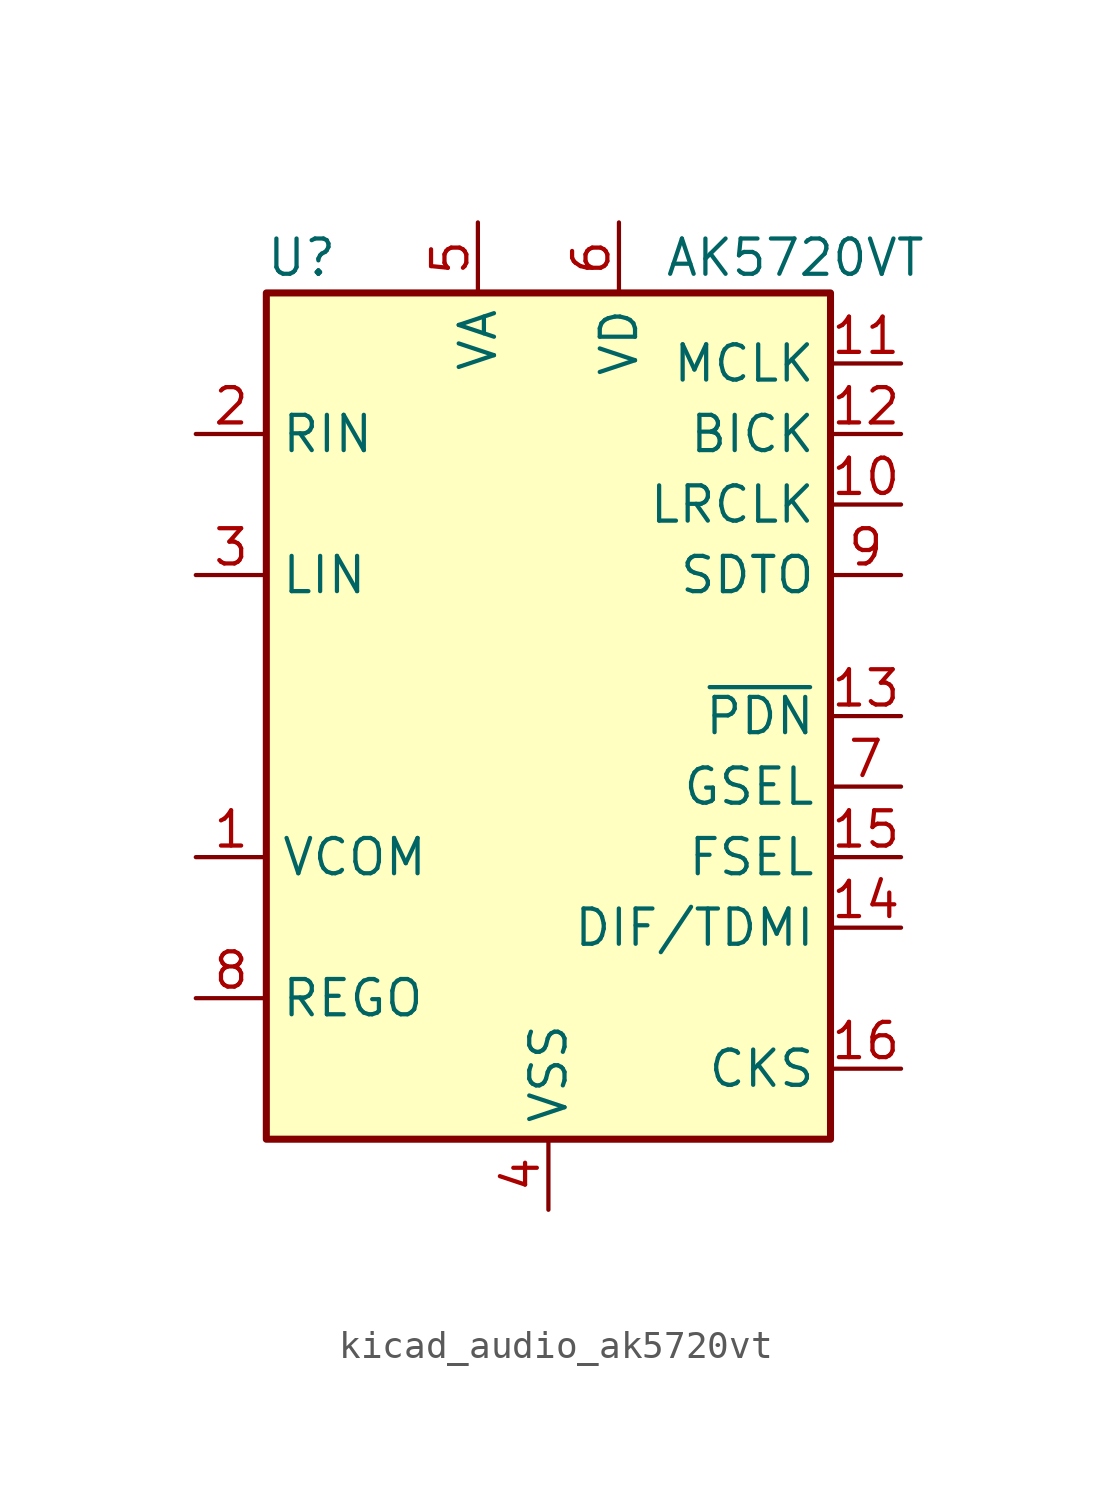
<source format=kicad_sym>
(kicad_symbol_lib
  (version 20220914)
  (generator kicad_symbol_editor)
  (symbol "kicad_audio_ak5720vt"
    (property "Reference" "U"
      (at -8.89 16.51 0)
      (effects (font (size 1.27 1.27))))
    (property "Value" "AK5720VT"
      (at 8.89 16.51 0)
      (effects (font (size 1.27 1.27))))
    (symbol "kicad_audio_ak5720vt_0_1"
      (rectangle (start -10.16 15.24) (end 10.16 -15.24) (stroke (width 0.254) (type default)) (fill (type background))))
    (symbol "kicad_audio_ak5720vt_1_1"
      (pin passive line (at -12.7 -5.08 0) (length 2.54) (name "VCOM" (effects (font (size 1.27 1.27)))) (number "1" (effects (font (size 1.27 1.27)))))
      (pin bidirectional line (at 12.7 7.62 180) (length 2.54) (name "LRCLK" (effects (font (size 1.27 1.27)))) (number "10" (effects (font (size 1.27 1.27)))))
      (pin input line (at 12.7 12.7 180) (length 2.54) (name "MCLK" (effects (font (size 1.27 1.27)))) (number "11" (effects (font (size 1.27 1.27)))))
      (pin bidirectional line (at 12.7 10.16 180) (length 2.54) (name "BICK" (effects (font (size 1.27 1.27)))) (number "12" (effects (font (size 1.27 1.27)))))
      (pin input line (at 12.7 0 180) (length 2.54) (name "~{PDN}" (effects (font (size 1.27 1.27)))) (number "13" (effects (font (size 1.27 1.27)))))
      (pin input line (at 12.7 -7.62 180) (length 2.54) (name "DIF/TDMI" (effects (font (size 1.27 1.27)))) (number "14" (effects (font (size 1.27 1.27)))))
      (pin input line (at 12.7 -5.08 180) (length 2.54) (name "FSEL" (effects (font (size 1.27 1.27)))) (number "15" (effects (font (size 1.27 1.27)))))
      (pin input line (at 12.7 -12.7 180) (length 2.54) (name "CKS" (effects (font (size 1.27 1.27)))) (number "16" (effects (font (size 1.27 1.27)))))
      (pin input line (at -12.7 10.16 0) (length 2.54) (name "RIN" (effects (font (size 1.27 1.27)))) (number "2" (effects (font (size 1.27 1.27)))))
      (pin input line (at -12.7 5.08 0) (length 2.54) (name "LIN" (effects (font (size 1.27 1.27)))) (number "3" (effects (font (size 1.27 1.27)))))
      (pin power_in line (at 0 -17.78 90) (length 2.54) (name "VSS" (effects (font (size 1.27 1.27)))) (number "4" (effects (font (size 1.27 1.27)))))
      (pin power_in line (at -2.54 17.78 270) (length 2.54) (name "VA" (effects (font (size 1.27 1.27)))) (number "5" (effects (font (size 1.27 1.27)))))
      (pin power_in line (at 2.54 17.78 270) (length 2.54) (name "VD" (effects (font (size 1.27 1.27)))) (number "6" (effects (font (size 1.27 1.27)))))
      (pin input line (at 12.7 -2.54 180) (length 2.54) (name "GSEL" (effects (font (size 1.27 1.27)))) (number "7" (effects (font (size 1.27 1.27)))))
      (pin passive line (at -12.7 -10.16 0) (length 2.54) (name "REGO" (effects (font (size 1.27 1.27)))) (number "8" (effects (font (size 1.27 1.27)))))
      (pin output line (at 12.7 5.08 180) (length 2.54) (name "SDTO" (effects (font (size 1.27 1.27)))) (number "9" (effects (font (size 1.27 1.27))))))))
</source>
